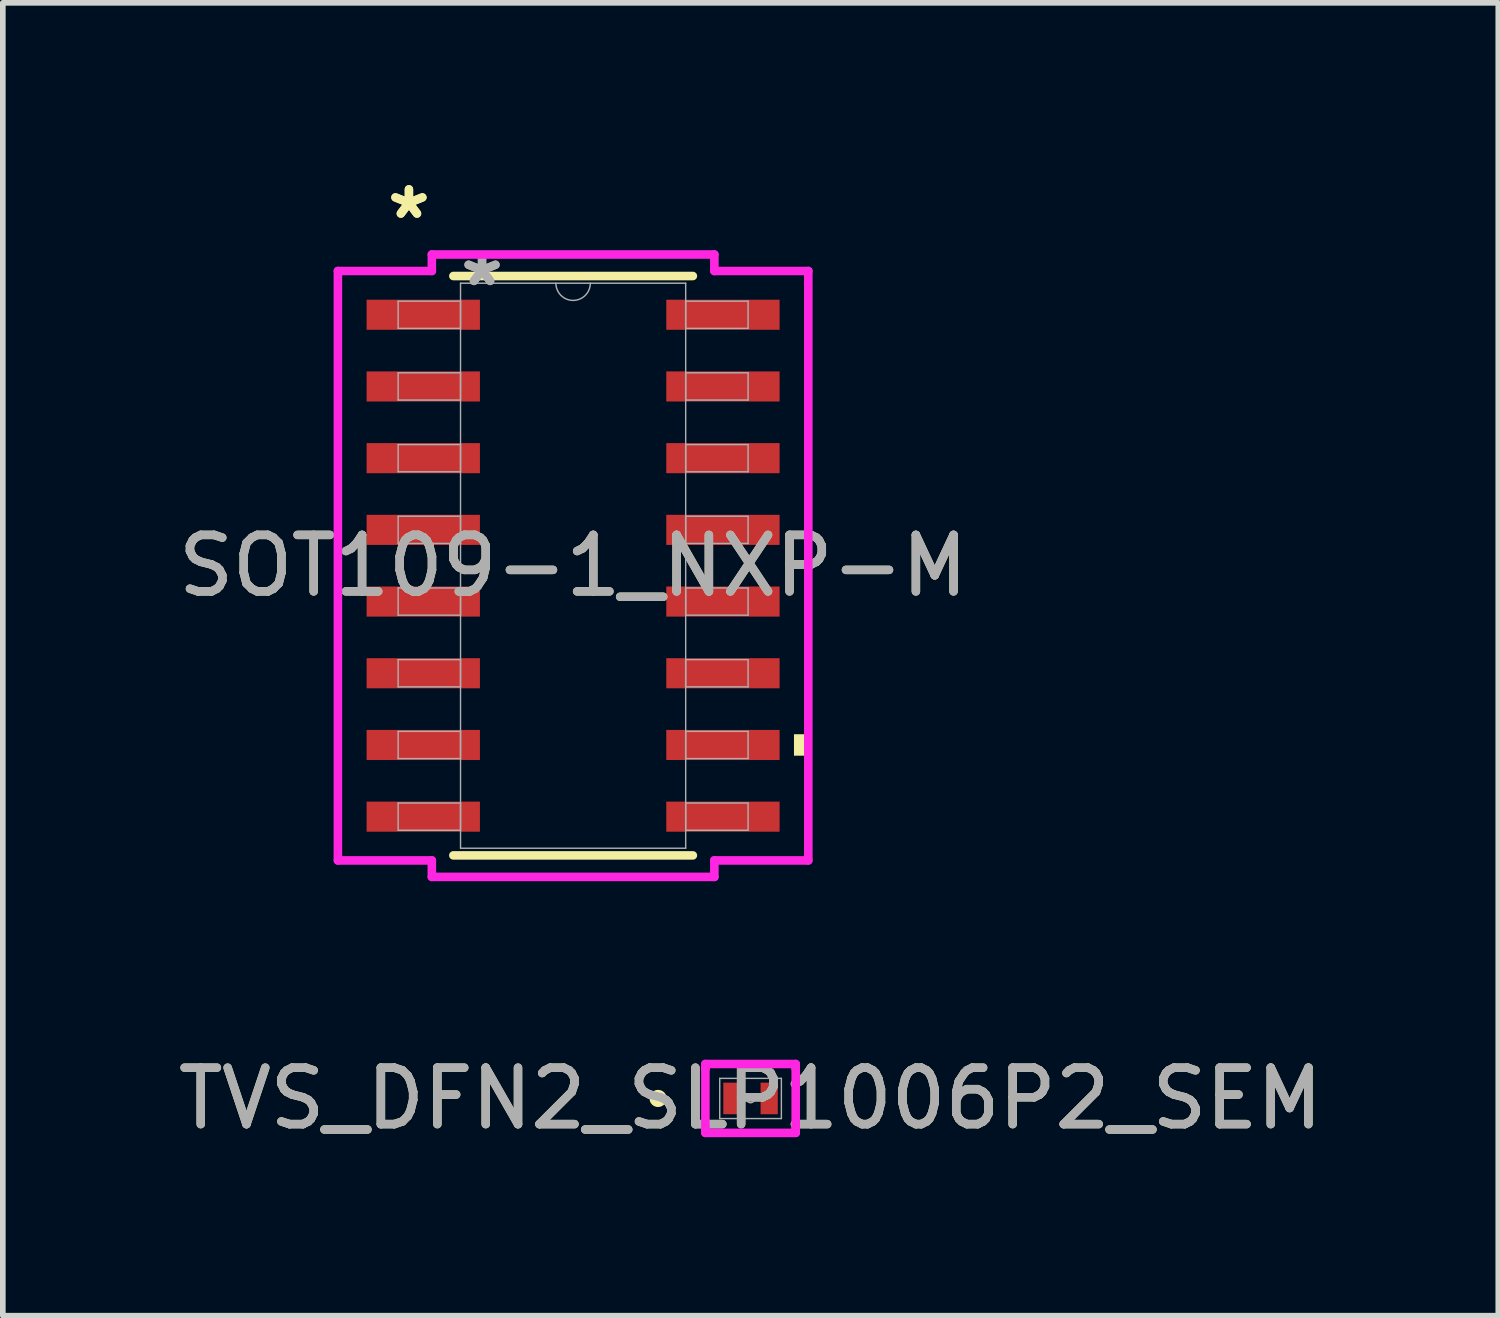
<source format=kicad_pcb>
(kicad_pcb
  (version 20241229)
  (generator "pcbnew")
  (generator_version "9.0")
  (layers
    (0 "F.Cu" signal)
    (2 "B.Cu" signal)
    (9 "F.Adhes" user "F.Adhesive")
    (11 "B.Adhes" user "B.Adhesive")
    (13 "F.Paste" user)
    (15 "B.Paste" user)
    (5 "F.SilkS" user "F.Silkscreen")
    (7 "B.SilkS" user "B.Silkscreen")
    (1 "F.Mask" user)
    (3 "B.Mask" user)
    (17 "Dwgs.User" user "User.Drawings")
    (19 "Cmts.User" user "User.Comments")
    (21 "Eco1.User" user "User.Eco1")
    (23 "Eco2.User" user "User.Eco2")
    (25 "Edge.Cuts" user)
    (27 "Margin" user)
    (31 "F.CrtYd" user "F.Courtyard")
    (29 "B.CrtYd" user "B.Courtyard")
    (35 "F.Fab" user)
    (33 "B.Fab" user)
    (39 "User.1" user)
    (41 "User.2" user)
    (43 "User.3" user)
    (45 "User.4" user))
  (footprint "TVS_DFN2_SLP1006P2_SEM"
    (layer "F.Cu")
    (at 10.244 16.406)
    (property "Reference" "TVS_DFN2_SLP1006P2_SEM" (at 0 0 0) (unlocked yes) (layer "F.SilkS") (effects (font (size 1 1) (thickness 0.15))))
    (attr smd)
    (fp_circle (center -1.638 0) (end -1.562 0) (stroke (width 0.152) (type solid)) (fill no) (layer "F.SilkS"))
    (fp_line (start -0.8 -0.61) (end 0.8 -0.61) (stroke (width 0.152) (type solid)) (layer "F.CrtYd"))
    (fp_line (start -0.8 -0.533) (end -0.8 -0.61) (stroke (width 0.152) (type solid)) (layer "F.CrtYd"))
    (fp_line (start -0.8 -0.533) (end -0.8 -0.533) (stroke (width 0.152) (type solid)) (layer "F.CrtYd"))
    (fp_line (start -0.8 0.533) (end -0.8 -0.533) (stroke (width 0.152) (type solid)) (layer "F.CrtYd"))
    (fp_line (start -0.8 0.533) (end -0.8 0.533) (stroke (width 0.152) (type solid)) (layer "F.CrtYd"))
    (fp_line (start -0.8 0.61) (end -0.8 0.533) (stroke (width 0.152) (type solid)) (layer "F.CrtYd"))
    (fp_line (start 0.8 -0.61) (end 0.8 -0.533) (stroke (width 0.152) (type solid)) (layer "F.CrtYd"))
    (fp_line (start 0.8 -0.533) (end 0.8 -0.533) (stroke (width 0.152) (type solid)) (layer "F.CrtYd"))
    (fp_line (start 0.8 -0.533) (end 0.8 0.533) (stroke (width 0.152) (type solid)) (layer "F.CrtYd"))
    (fp_line (start 0.8 0.533) (end 0.8 0.533) (stroke (width 0.152) (type solid)) (layer "F.CrtYd"))
    (fp_line (start 0.8 0.533) (end 0.8 0.61) (stroke (width 0.152) (type solid)) (layer "F.CrtYd"))
    (fp_line (start 0.8 0.61) (end -0.8 0.61) (stroke (width 0.152) (type solid)) (layer "F.CrtYd"))
    (fp_line (start -0.546 -0.356) (end -0.546 0.356) (stroke (width 0.025) (type solid)) (layer "F.Fab"))
    (fp_line (start -0.546 0.356) (end 0.546 0.356) (stroke (width 0.025) (type solid)) (layer "F.Fab"))
    (fp_line (start 0.546 -0.356) (end -0.546 -0.356) (stroke (width 0.025) (type solid)) (layer "F.Fab"))
    (fp_line (start 0.546 0.356) (end 0.546 -0.356) (stroke (width 0.025) (type solid)) (layer "F.Fab"))
    (fp_circle (center 0 0) (end 0.076 0) (stroke (width 0.025) (type solid)) (fill no) (layer "F.Fab"))
    (fp_text user "${REFERENCE}" (at 0 0 0) (unlocked yes) (layer "F.Fab") (effects (font (size 1 1) (thickness 0.15))))
    (pad "1" smd rect (at -0.33 0) (size 0.305 0.559) (layers "F.Cu" "F.Mask" "F.Paste"))
    (pad "2" smd rect (at 0.33 0) (size 0.305 0.559) (layers "F.Cu" "F.Mask" "F.Paste")))
  (footprint "SOT109-1_NXP-M"
    (layer "F.Cu")
    (at 7.101 6.97)
    (property "Reference" "SOT109-1_NXP-M" (at 0 0 0) (unlocked yes) (layer "F.SilkS") (effects (font (size 1 1) (thickness 0.15))))
    (attr smd)
    (fp_line (start -2.121 5.131) (end 2.121 5.131) (stroke (width 0.152) (type solid)) (layer "F.SilkS"))
    (fp_line (start 2.121 -5.131) (end -2.121 -5.131) (stroke (width 0.152) (type solid)) (layer "F.SilkS"))
    (fp_poly (pts (xy 4.166 2.985) (xy 4.166 3.365) (xy 3.912 3.365) (xy 3.912 2.985)) (stroke (width 0) (type solid)) (fill yes) (layer "F.SilkS"))
    (fp_line (start -4.166 -5.22) (end -2.502 -5.22) (stroke (width 0.152) (type solid)) (layer "F.CrtYd"))
    (fp_line (start -4.166 5.22) (end -4.166 -5.22) (stroke (width 0.152) (type solid)) (layer "F.CrtYd"))
    (fp_line (start -4.166 5.22) (end -2.502 5.22) (stroke (width 0.152) (type solid)) (layer "F.CrtYd"))
    (fp_line (start -2.502 -5.512) (end 2.502 -5.512) (stroke (width 0.152) (type solid)) (layer "F.CrtYd"))
    (fp_line (start -2.502 -5.22) (end -2.502 -5.512) (stroke (width 0.152) (type solid)) (layer "F.CrtYd"))
    (fp_line (start -2.502 5.512) (end -2.502 5.22) (stroke (width 0.152) (type solid)) (layer "F.CrtYd"))
    (fp_line (start 2.502 -5.512) (end 2.502 -5.22) (stroke (width 0.152) (type solid)) (layer "F.CrtYd"))
    (fp_line (start 2.502 5.22) (end 2.502 5.512) (stroke (width 0.152) (type solid)) (layer "F.CrtYd"))
    (fp_line (start 2.502 5.512) (end -2.502 5.512) (stroke (width 0.152) (type solid)) (layer "F.CrtYd"))
    (fp_line (start 4.166 -5.22) (end 2.502 -5.22) (stroke (width 0.152) (type solid)) (layer "F.CrtYd"))
    (fp_line (start 4.166 -5.22) (end 4.166 5.22) (stroke (width 0.152) (type solid)) (layer "F.CrtYd"))
    (fp_line (start 4.166 5.22) (end 2.502 5.22) (stroke (width 0.152) (type solid)) (layer "F.CrtYd"))
    (fp_line (start -3.099 -4.686) (end -3.099 -4.204) (stroke (width 0.025) (type solid)) (layer "F.Fab"))
    (fp_line (start -3.099 -4.204) (end -1.994 -4.204) (stroke (width 0.025) (type solid)) (layer "F.Fab"))
    (fp_line (start -3.099 -3.416) (end -3.099 -2.934) (stroke (width 0.025) (type solid)) (layer "F.Fab"))
    (fp_line (start -3.099 -2.934) (end -1.994 -2.934) (stroke (width 0.025) (type solid)) (layer "F.Fab"))
    (fp_line (start -3.099 -2.146) (end -3.099 -1.664) (stroke (width 0.025) (type solid)) (layer "F.Fab"))
    (fp_line (start -3.099 -1.664) (end -1.994 -1.664) (stroke (width 0.025) (type solid)) (layer "F.Fab"))
    (fp_line (start -3.099 -0.876) (end -3.099 -0.394) (stroke (width 0.025) (type solid)) (layer "F.Fab"))
    (fp_line (start -3.099 -0.394) (end -1.994 -0.394) (stroke (width 0.025) (type solid)) (layer "F.Fab"))
    (fp_line (start -3.099 0.394) (end -3.099 0.876) (stroke (width 0.025) (type solid)) (layer "F.Fab"))
    (fp_line (start -3.099 0.876) (end -1.994 0.876) (stroke (width 0.025) (type solid)) (layer "F.Fab"))
    (fp_line (start -3.099 1.664) (end -3.099 2.146) (stroke (width 0.025) (type solid)) (layer "F.Fab"))
    (fp_line (start -3.099 2.146) (end -1.994 2.146) (stroke (width 0.025) (type solid)) (layer "F.Fab"))
    (fp_line (start -3.099 2.934) (end -3.099 3.416) (stroke (width 0.025) (type solid)) (layer "F.Fab"))
    (fp_line (start -3.099 3.416) (end -1.994 3.416) (stroke (width 0.025) (type solid)) (layer "F.Fab"))
    (fp_line (start -3.099 4.204) (end -3.099 4.686) (stroke (width 0.025) (type solid)) (layer "F.Fab"))
    (fp_line (start -3.099 4.686) (end -1.994 4.686) (stroke (width 0.025) (type solid)) (layer "F.Fab"))
    (fp_line (start -1.994 -5.004) (end -1.994 5.004) (stroke (width 0.025) (type solid)) (layer "F.Fab"))
    (fp_line (start -1.994 -4.686) (end -3.099 -4.686) (stroke (width 0.025) (type solid)) (layer "F.Fab"))
    (fp_line (start -1.994 -4.204) (end -1.994 -4.686) (stroke (width 0.025) (type solid)) (layer "F.Fab"))
    (fp_line (start -1.994 -3.416) (end -3.099 -3.416) (stroke (width 0.025) (type solid)) (layer "F.Fab"))
    (fp_line (start -1.994 -2.934) (end -1.994 -3.416) (stroke (width 0.025) (type solid)) (layer "F.Fab"))
    (fp_line (start -1.994 -2.146) (end -3.099 -2.146) (stroke (width 0.025) (type solid)) (layer "F.Fab"))
    (fp_line (start -1.994 -1.664) (end -1.994 -2.146) (stroke (width 0.025) (type solid)) (layer "F.Fab"))
    (fp_line (start -1.994 -0.876) (end -3.099 -0.876) (stroke (width 0.025) (type solid)) (layer "F.Fab"))
    (fp_line (start -1.994 -0.394) (end -1.994 -0.876) (stroke (width 0.025) (type solid)) (layer "F.Fab"))
    (fp_line (start -1.994 0.394) (end -3.099 0.394) (stroke (width 0.025) (type solid)) (layer "F.Fab"))
    (fp_line (start -1.994 0.876) (end -1.994 0.394) (stroke (width 0.025) (type solid)) (layer "F.Fab"))
    (fp_line (start -1.994 1.664) (end -3.099 1.664) (stroke (width 0.025) (type solid)) (layer "F.Fab"))
    (fp_line (start -1.994 2.146) (end -1.994 1.664) (stroke (width 0.025) (type solid)) (layer "F.Fab"))
    (fp_line (start -1.994 2.934) (end -3.099 2.934) (stroke (width 0.025) (type solid)) (layer "F.Fab"))
    (fp_line (start -1.994 3.416) (end -1.994 2.934) (stroke (width 0.025) (type solid)) (layer "F.Fab"))
    (fp_line (start -1.994 4.204) (end -3.099 4.204) (stroke (width 0.025) (type solid)) (layer "F.Fab"))
    (fp_line (start -1.994 4.686) (end -1.994 4.204) (stroke (width 0.025) (type solid)) (layer "F.Fab"))
    (fp_line (start -1.994 5.004) (end 1.994 5.004) (stroke (width 0.025) (type solid)) (layer "F.Fab"))
    (fp_line (start 1.994 -5.004) (end -1.994 -5.004) (stroke (width 0.025) (type solid)) (layer "F.Fab"))
    (fp_line (start 1.994 -4.686) (end 1.994 -4.204) (stroke (width 0.025) (type solid)) (layer "F.Fab"))
    (fp_line (start 1.994 -4.204) (end 3.099 -4.204) (stroke (width 0.025) (type solid)) (layer "F.Fab"))
    (fp_line (start 1.994 -3.416) (end 1.994 -2.934) (stroke (width 0.025) (type solid)) (layer "F.Fab"))
    (fp_line (start 1.994 -2.934) (end 3.099 -2.934) (stroke (width 0.025) (type solid)) (layer "F.Fab"))
    (fp_line (start 1.994 -2.146) (end 1.994 -1.664) (stroke (width 0.025) (type solid)) (layer "F.Fab"))
    (fp_line (start 1.994 -1.664) (end 3.099 -1.664) (stroke (width 0.025) (type solid)) (layer "F.Fab"))
    (fp_line (start 1.994 -0.876) (end 1.994 -0.394) (stroke (width 0.025) (type solid)) (layer "F.Fab"))
    (fp_line (start 1.994 -0.394) (end 3.099 -0.394) (stroke (width 0.025) (type solid)) (layer "F.Fab"))
    (fp_line (start 1.994 0.394) (end 1.994 0.876) (stroke (width 0.025) (type solid)) (layer "F.Fab"))
    (fp_line (start 1.994 0.876) (end 3.099 0.876) (stroke (width 0.025) (type solid)) (layer "F.Fab"))
    (fp_line (start 1.994 1.664) (end 1.994 2.146) (stroke (width 0.025) (type solid)) (layer "F.Fab"))
    (fp_line (start 1.994 2.146) (end 3.099 2.146) (stroke (width 0.025) (type solid)) (layer "F.Fab"))
    (fp_line (start 1.994 2.934) (end 1.994 3.416) (stroke (width 0.025) (type solid)) (layer "F.Fab"))
    (fp_line (start 1.994 3.416) (end 3.099 3.416) (stroke (width 0.025) (type solid)) (layer "F.Fab"))
    (fp_line (start 1.994 4.204) (end 1.994 4.686) (stroke (width 0.025) (type solid)) (layer "F.Fab"))
    (fp_line (start 1.994 4.686) (end 3.099 4.686) (stroke (width 0.025) (type solid)) (layer "F.Fab"))
    (fp_line (start 1.994 5.004) (end 1.994 -5.004) (stroke (width 0.025) (type solid)) (layer "F.Fab"))
    (fp_line (start 3.099 -4.686) (end 1.994 -4.686) (stroke (width 0.025) (type solid)) (layer "F.Fab"))
    (fp_line (start 3.099 -4.204) (end 3.099 -4.686) (stroke (width 0.025) (type solid)) (layer "F.Fab"))
    (fp_line (start 3.099 -3.416) (end 1.994 -3.416) (stroke (width 0.025) (type solid)) (layer "F.Fab"))
    (fp_line (start 3.099 -2.934) (end 3.099 -3.416) (stroke (width 0.025) (type solid)) (layer "F.Fab"))
    (fp_line (start 3.099 -2.146) (end 1.994 -2.146) (stroke (width 0.025) (type solid)) (layer "F.Fab"))
    (fp_line (start 3.099 -1.664) (end 3.099 -2.146) (stroke (width 0.025) (type solid)) (layer "F.Fab"))
    (fp_line (start 3.099 -0.876) (end 1.994 -0.876) (stroke (width 0.025) (type solid)) (layer "F.Fab"))
    (fp_line (start 3.099 -0.394) (end 3.099 -0.876) (stroke (width 0.025) (type solid)) (layer "F.Fab"))
    (fp_line (start 3.099 0.394) (end 1.994 0.394) (stroke (width 0.025) (type solid)) (layer "F.Fab"))
    (fp_line (start 3.099 0.876) (end 3.099 0.394) (stroke (width 0.025) (type solid)) (layer "F.Fab"))
    (fp_line (start 3.099 1.664) (end 1.994 1.664) (stroke (width 0.025) (type solid)) (layer "F.Fab"))
    (fp_line (start 3.099 2.146) (end 3.099 1.664) (stroke (width 0.025) (type solid)) (layer "F.Fab"))
    (fp_line (start 3.099 2.934) (end 1.994 2.934) (stroke (width 0.025) (type solid)) (layer "F.Fab"))
    (fp_line (start 3.099 3.416) (end 3.099 2.934) (stroke (width 0.025) (type solid)) (layer "F.Fab"))
    (fp_line (start 3.099 4.204) (end 1.994 4.204) (stroke (width 0.025) (type solid)) (layer "F.Fab"))
    (fp_line (start 3.099 4.686) (end 3.099 4.204) (stroke (width 0.025) (type solid)) (layer "F.Fab"))
    (fp_arc (start 0.3048 -5.0038) (mid 0 -4.699) (end -0.3048 -5.0038) (stroke (width 0.0254) (type solid)) (layer "F.Fab"))
    (fp_text user "*" (at -2.908 -6.121 0) (layer "F.SilkS") (effects (font (size 1 1) (thickness 0.15))))
    (fp_text user "*" (at -2.908 -6.121 0) (unlocked yes) (layer "F.SilkS") (effects (font (size 1 1) (thickness 0.15))))
    (fp_text user "*" (at -1.613 -4.928 0) (unlocked yes) (layer "F.Fab") (effects (font (size 1 1) (thickness 0.15))))
    (fp_text user "*" (at -1.613 -4.928 0) (layer "F.Fab") (effects (font (size 1 1) (thickness 0.15))))
    (fp_text user "${REFERENCE}" (at 0 0 0) (unlocked yes) (layer "F.Fab") (effects (font (size 1 1) (thickness 0.15))))
    (pad "1" smd rect (at -2.654 -4.445) (size 2.007 0.533) (layers "F.Cu" "F.Mask" "F.Paste"))
    (pad "2" smd rect (at -2.654 -3.175) (size 2.007 0.533) (layers "F.Cu" "F.Mask" "F.Paste"))
    (pad "3" smd rect (at -2.654 -1.905) (size 2.007 0.533) (layers "F.Cu" "F.Mask" "F.Paste"))
    (pad "4" smd rect (at -2.654 -0.635) (size 2.007 0.533) (layers "F.Cu" "F.Mask" "F.Paste"))
    (pad "5" smd rect (at -2.654 0.635) (size 2.007 0.533) (layers "F.Cu" "F.Mask" "F.Paste"))
    (pad "6" smd rect (at -2.654 1.905) (size 2.007 0.533) (layers "F.Cu" "F.Mask" "F.Paste"))
    (pad "7" smd rect (at -2.654 3.175) (size 2.007 0.533) (layers "F.Cu" "F.Mask" "F.Paste"))
    (pad "8" smd rect (at -2.654 4.445) (size 2.007 0.533) (layers "F.Cu" "F.Mask" "F.Paste"))
    (pad "9" smd rect (at 2.654 4.445) (size 2.007 0.533) (layers "F.Cu" "F.Mask" "F.Paste"))
    (pad "10" smd rect (at 2.654 3.175) (size 2.007 0.533) (layers "F.Cu" "F.Mask" "F.Paste"))
    (pad "11" smd rect (at 2.654 1.905) (size 2.007 0.533) (layers "F.Cu" "F.Mask" "F.Paste"))
    (pad "12" smd rect (at 2.654 0.635) (size 2.007 0.533) (layers "F.Cu" "F.Mask" "F.Paste"))
    (pad "13" smd rect (at 2.654 -0.635) (size 2.007 0.533) (layers "F.Cu" "F.Mask" "F.Paste"))
    (pad "14" smd rect (at 2.654 -1.905) (size 2.007 0.533) (layers "F.Cu" "F.Mask" "F.Paste"))
    (pad "15" smd rect (at 2.654 -3.175) (size 2.007 0.533) (layers "F.Cu" "F.Mask" "F.Paste"))
    (pad "16" smd rect (at 2.654 -4.445) (size 2.007 0.533) (layers "F.Cu" "F.Mask" "F.Paste")))
  (gr_rect
    (start -3 -3)
    (end 23.488 20.254)
    (stroke (width 0.1) (type default))
    (fill no)
    (layer "Edge.Cuts")))
</source>
